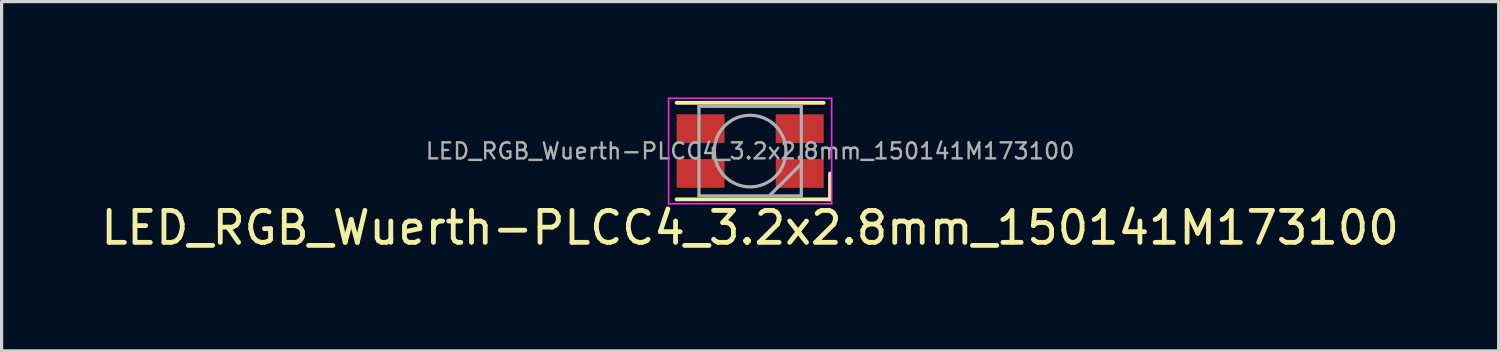
<source format=kicad_pcb>
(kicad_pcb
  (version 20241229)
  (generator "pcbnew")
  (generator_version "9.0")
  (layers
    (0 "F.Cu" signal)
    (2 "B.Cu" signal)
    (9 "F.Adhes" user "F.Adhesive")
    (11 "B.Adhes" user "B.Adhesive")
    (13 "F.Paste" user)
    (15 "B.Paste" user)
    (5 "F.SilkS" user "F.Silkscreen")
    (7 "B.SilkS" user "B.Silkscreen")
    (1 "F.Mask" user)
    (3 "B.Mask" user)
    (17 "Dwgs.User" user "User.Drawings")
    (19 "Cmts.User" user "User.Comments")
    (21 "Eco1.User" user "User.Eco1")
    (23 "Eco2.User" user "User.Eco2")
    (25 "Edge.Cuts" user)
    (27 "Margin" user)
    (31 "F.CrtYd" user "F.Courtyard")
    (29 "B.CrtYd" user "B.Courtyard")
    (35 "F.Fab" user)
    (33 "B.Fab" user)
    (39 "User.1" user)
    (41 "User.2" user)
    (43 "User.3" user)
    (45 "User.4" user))
  (footprint "LED_RGB_Wuerth-PLCC4_3.2x2.8mm_150141M173100"
    (layer "F.Cu")
    (at 20.411 1.675)
    (property "Reference" "LED_RGB_Wuerth-PLCC4_3.2x2.8mm_150141M173100" (at 0 2.4 180) (layer "F.SilkS") (effects (font (size 1 1) (thickness 0.15))))
    (attr smd)
    (fp_line (start 2.3 -1.51) (end -2.3 -1.51) (stroke (width 0.12) (type solid)) (layer "F.SilkS"))
    (fp_line (start 2.5 0.7) (end 2.5 1.51) (stroke (width 0.12) (type solid)) (layer "F.SilkS"))
    (fp_line (start 2.5 1.51) (end -2.3 1.51) (stroke (width 0.12) (type solid)) (layer "F.SilkS"))
    (fp_line (start -2.55 -1.65) (end -2.55 1.65) (stroke (width 0.05) (type solid)) (layer "F.CrtYd"))
    (fp_line (start -2.55 1.65) (end 2.55 1.65) (stroke (width 0.05) (type solid)) (layer "F.CrtYd"))
    (fp_line (start 2.55 -1.65) (end -2.55 -1.65) (stroke (width 0.05) (type solid)) (layer "F.CrtYd"))
    (fp_line (start 2.55 1.65) (end 2.55 -1.65) (stroke (width 0.05) (type solid)) (layer "F.CrtYd"))
    (fp_line (start -1.6 -1.4) (end -1.6 1.4) (stroke (width 0.1) (type solid)) (layer "F.Fab"))
    (fp_line (start -1.6 1.4) (end 1.6 1.4) (stroke (width 0.1) (type solid)) (layer "F.Fab"))
    (fp_line (start 0.6 1.4) (end 1.6 0.4) (stroke (width 0.1) (type solid)) (layer "F.Fab"))
    (fp_line (start 1.6 -1.4) (end -1.6 -1.4) (stroke (width 0.1) (type solid)) (layer "F.Fab"))
    (fp_line (start 1.6 1.4) (end 1.6 -1.4) (stroke (width 0.1) (type solid)) (layer "F.Fab"))
    (fp_circle (center 0 0) (end -1.12 0) (stroke (width 0.1) (type solid)) (fill no) (layer "F.Fab"))
    (fp_text user "${REFERENCE}" (at 0 0 180) (layer "F.Fab") (effects (font (size 0.5 0.5) (thickness 0.075))))
    (pad "1" smd rect (at -1.55 0.7 180) (size 1.5 0.9) (layers "F.Cu" "F.Mask" "F.Paste"))
    (pad "2" smd rect (at -1.55 -0.7 180) (size 1.5 0.9) (layers "F.Cu" "F.Mask" "F.Paste"))
    (pad "3" smd rect (at 1.55 0.7 180) (size 1.5 0.9) (layers "F.Cu" "F.Mask" "F.Paste"))
    (pad "4" smd rect (at 1.55 -0.7 180) (size 1.5 0.9) (layers "F.Cu" "F.Mask" "F.Paste")))
  (gr_rect
    (start -3 -3)
    (end 43.821 7.923)
    (stroke (width 0.1) (type default))
    (fill no)
    (layer "Edge.Cuts")))
</source>
